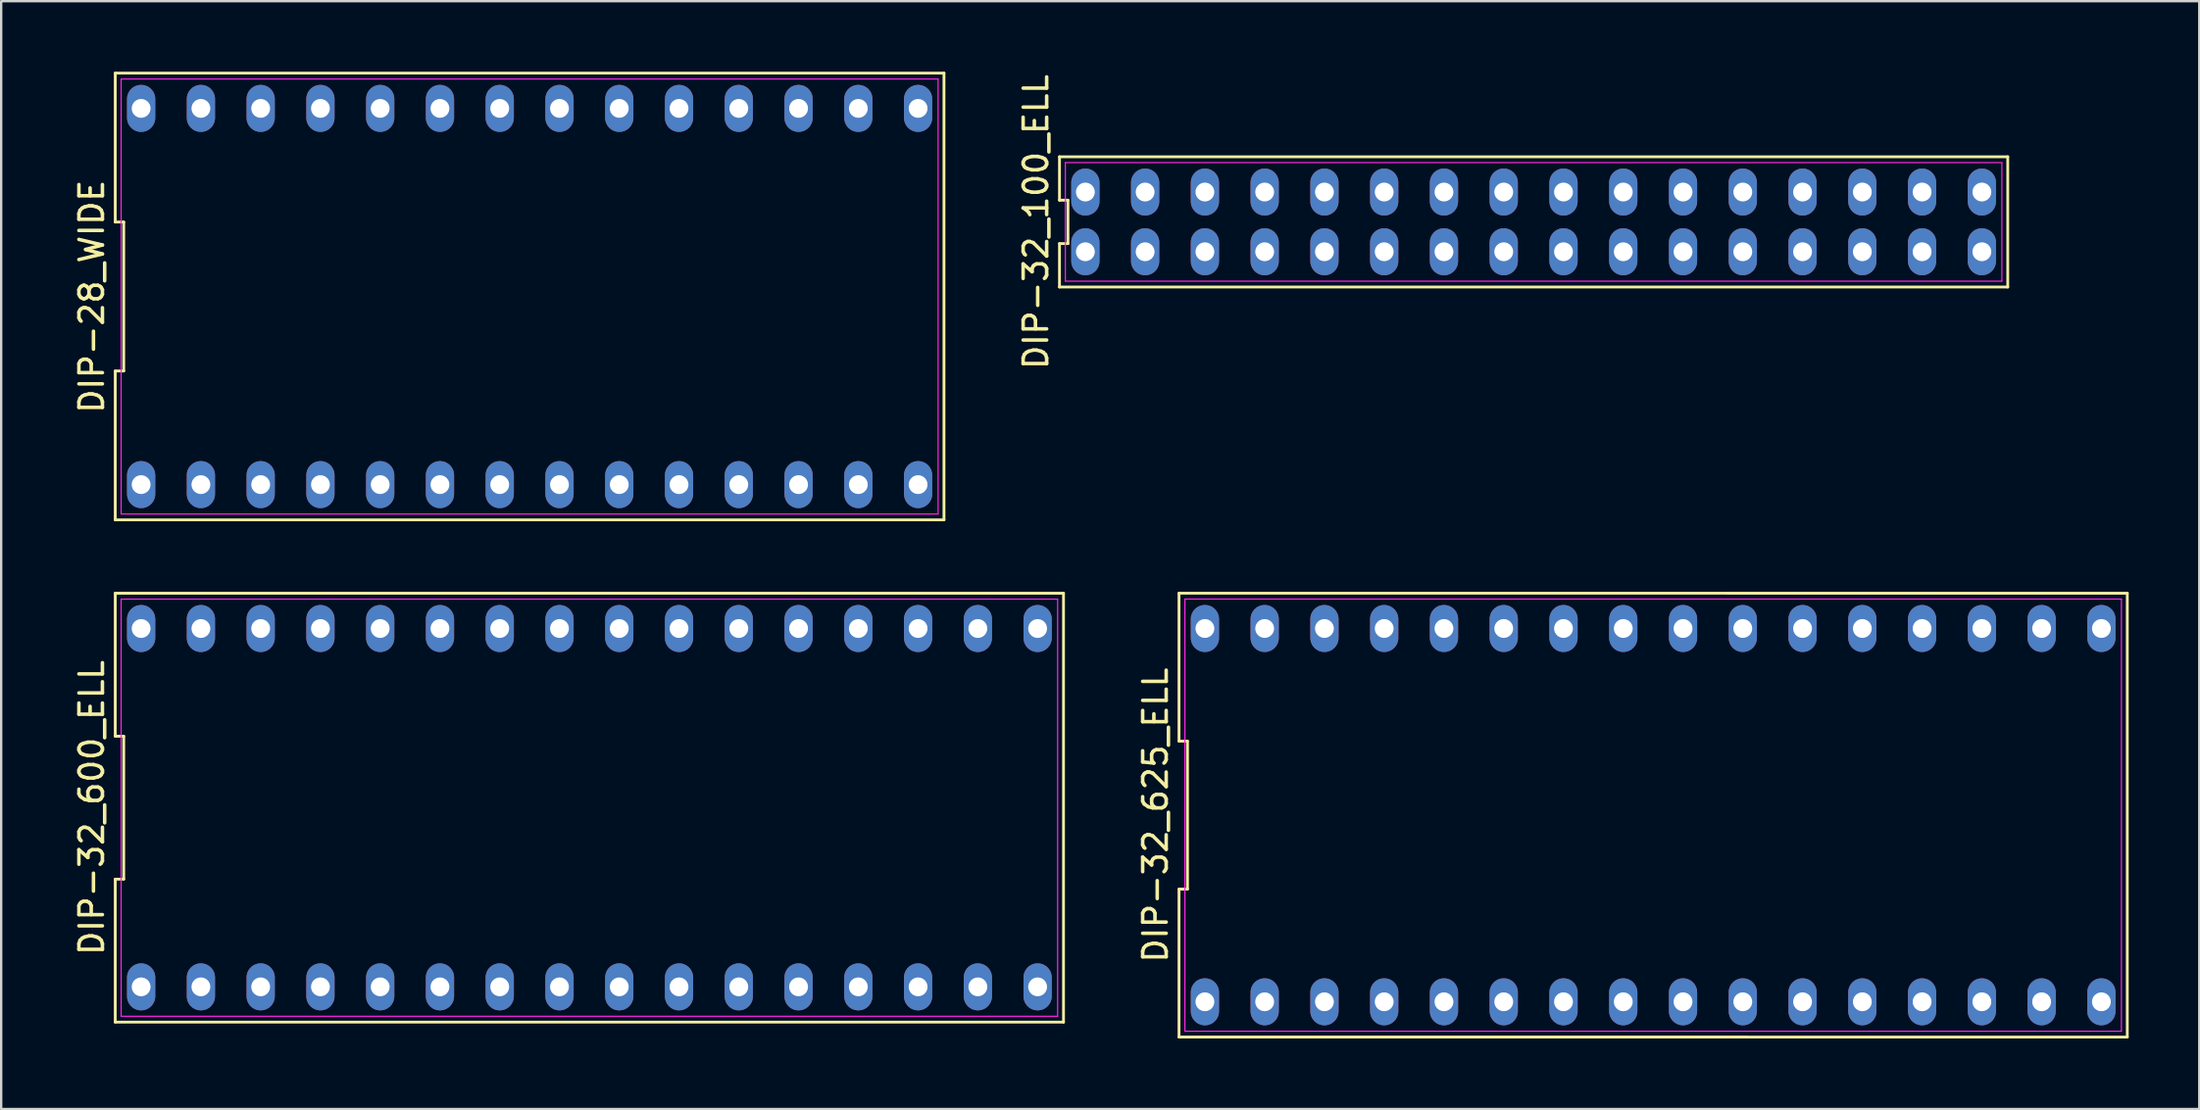
<source format=kicad_pcb>
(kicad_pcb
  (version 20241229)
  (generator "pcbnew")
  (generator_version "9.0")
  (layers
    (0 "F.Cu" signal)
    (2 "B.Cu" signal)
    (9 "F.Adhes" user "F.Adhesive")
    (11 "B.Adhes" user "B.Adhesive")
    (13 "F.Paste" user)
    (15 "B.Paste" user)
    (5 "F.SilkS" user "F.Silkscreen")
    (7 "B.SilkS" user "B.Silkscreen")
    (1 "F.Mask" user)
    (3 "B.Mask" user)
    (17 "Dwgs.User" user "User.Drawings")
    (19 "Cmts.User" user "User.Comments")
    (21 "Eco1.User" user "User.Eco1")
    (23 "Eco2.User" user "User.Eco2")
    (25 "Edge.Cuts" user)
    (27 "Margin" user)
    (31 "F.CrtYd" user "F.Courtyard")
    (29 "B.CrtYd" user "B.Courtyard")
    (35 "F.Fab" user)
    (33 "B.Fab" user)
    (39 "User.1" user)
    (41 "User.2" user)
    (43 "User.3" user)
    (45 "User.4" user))
  (footprint "DIP-28_WIDE"
    (layer "F.Cu")
    (at 19.458 9.56)
    (property "Reference" "DIP-28_WIDE" (at -18.61 0 90) (layer "F.SilkS") (effects (font (size 1 1) (thickness 0.15))))
    (attr through_hole)
    (fp_line (start -17.61 -9.5) (end -17.61 -3.167) (stroke (width 0.12) (type solid)) (layer "F.SilkS"))
    (fp_line (start -17.61 -3.167) (end -17.25 -3.167) (stroke (width 0.12) (type solid)) (layer "F.SilkS"))
    (fp_line (start -17.61 3.167) (end -17.61 9.5) (stroke (width 0.12) (type solid)) (layer "F.SilkS"))
    (fp_line (start -17.61 9.5) (end 17.61 9.5) (stroke (width 0.12) (type solid)) (layer "F.SilkS"))
    (fp_line (start -17.25 -3.167) (end -17.25 3.167) (stroke (width 0.12) (type solid)) (layer "F.SilkS"))
    (fp_line (start -17.25 3.167) (end -17.61 3.167) (stroke (width 0.12) (type solid)) (layer "F.SilkS"))
    (fp_line (start 17.61 -9.5) (end -17.61 -9.5) (stroke (width 0.12) (type solid)) (layer "F.SilkS"))
    (fp_line (start 17.61 9.5) (end 17.61 -9.5) (stroke (width 0.12) (type solid)) (layer "F.SilkS"))
    (fp_line (start -17.36 -9.25) (end 17.36 -9.25) (stroke (width 0.05) (type solid)) (layer "F.CrtYd"))
    (fp_line (start -17.36 9.25) (end -17.36 -9.25) (stroke (width 0.05) (type solid)) (layer "F.CrtYd"))
    (fp_line (start 17.36 -9.25) (end 17.36 9.25) (stroke (width 0.05) (type solid)) (layer "F.CrtYd"))
    (fp_line (start 17.36 9.25) (end -17.36 9.25) (stroke (width 0.05) (type solid)) (layer "F.CrtYd"))
    (pad "1" thru_hole oval (at -16.51 8) (size 1.2 2) (drill 0.8) (layers "*.Cu" "*.Mask"))
    (pad "2" thru_hole oval (at -13.97 8) (size 1.2 2) (drill 0.8) (layers "*.Cu" "*.Mask"))
    (pad "3" thru_hole oval (at -11.43 8) (size 1.2 2) (drill 0.8) (layers "*.Cu" "*.Mask"))
    (pad "4" thru_hole oval (at -8.89 8) (size 1.2 2) (drill 0.8) (layers "*.Cu" "*.Mask"))
    (pad "5" thru_hole oval (at -6.35 8) (size 1.2 2) (drill 0.8) (layers "*.Cu" "*.Mask"))
    (pad "6" thru_hole oval (at -3.81 8) (size 1.2 2) (drill 0.8) (layers "*.Cu" "*.Mask"))
    (pad "7" thru_hole oval (at -1.27 8) (size 1.2 2) (drill 0.8) (layers "*.Cu" "*.Mask"))
    (pad "8" thru_hole oval (at 1.27 8) (size 1.2 2) (drill 0.8) (layers "*.Cu" "*.Mask"))
    (pad "9" thru_hole oval (at 3.81 8) (size 1.2 2) (drill 0.8) (layers "*.Cu" "*.Mask"))
    (pad "10" thru_hole oval (at 6.35 8) (size 1.2 2) (drill 0.8) (layers "*.Cu" "*.Mask"))
    (pad "11" thru_hole oval (at 8.89 8) (size 1.2 2) (drill 0.8) (layers "*.Cu" "*.Mask"))
    (pad "12" thru_hole oval (at 11.43 8) (size 1.2 2) (drill 0.8) (layers "*.Cu" "*.Mask"))
    (pad "13" thru_hole oval (at 13.97 8) (size 1.2 2) (drill 0.8) (layers "*.Cu" "*.Mask"))
    (pad "14" thru_hole oval (at 16.51 8) (size 1.2 2) (drill 0.8) (layers "*.Cu" "*.Mask"))
    (pad "15" thru_hole oval (at 16.51 -8) (size 1.2 2) (drill 0.8) (layers "*.Cu" "*.Mask"))
    (pad "16" thru_hole oval (at 13.97 -8) (size 1.2 2) (drill 0.8) (layers "*.Cu" "*.Mask"))
    (pad "17" thru_hole oval (at 11.43 -8) (size 1.2 2) (drill 0.8) (layers "*.Cu" "*.Mask"))
    (pad "18" thru_hole oval (at 8.89 -8) (size 1.2 2) (drill 0.8) (layers "*.Cu" "*.Mask"))
    (pad "19" thru_hole oval (at 6.35 -8) (size 1.2 2) (drill 0.8) (layers "*.Cu" "*.Mask"))
    (pad "20" thru_hole oval (at 3.81 -8) (size 1.2 2) (drill 0.8) (layers "*.Cu" "*.Mask"))
    (pad "21" thru_hole oval (at 1.27 -8) (size 1.2 2) (drill 0.8) (layers "*.Cu" "*.Mask"))
    (pad "22" thru_hole oval (at -1.27 -8) (size 1.2 2) (drill 0.8) (layers "*.Cu" "*.Mask"))
    (pad "23" thru_hole oval (at -3.81 -8) (size 1.2 2) (drill 0.8) (layers "*.Cu" "*.Mask"))
    (pad "24" thru_hole oval (at -6.35 -8) (size 1.2 2) (drill 0.8) (layers "*.Cu" "*.Mask"))
    (pad "25" thru_hole oval (at -8.89 -8) (size 1.2 2) (drill 0.8) (layers "*.Cu" "*.Mask"))
    (pad "26" thru_hole oval (at -11.43 -8) (size 1.2 2) (drill 0.8) (layers "*.Cu" "*.Mask"))
    (pad "27" thru_hole oval (at -13.97 -8) (size 1.2 2) (drill 0.8) (layers "*.Cu" "*.Mask"))
    (pad "28" thru_hole oval (at -16.51 -8) (size 1.2 2) (drill 0.8) (layers "*.Cu" "*.Mask")))
  (footprint "DIP-32_625_ELL"
    (layer "F.Cu")
    (at 67.207 31.617)
    (property "Reference" "DIP-32_625_ELL" (at -21.15 0 90) (layer "F.SilkS") (effects (font (size 1 1) (thickness 0.15))))
    (attr through_hole)
    (fp_line (start -20.15 -9.438) (end -20.15 -3.146) (stroke (width 0.12) (type solid)) (layer "F.SilkS"))
    (fp_line (start -20.15 -3.146) (end -19.79 -3.146) (stroke (width 0.12) (type solid)) (layer "F.SilkS"))
    (fp_line (start -20.15 3.146) (end -20.15 9.437) (stroke (width 0.12) (type solid)) (layer "F.SilkS"))
    (fp_line (start -20.15 9.437) (end 20.15 9.438) (stroke (width 0.12) (type solid)) (layer "F.SilkS"))
    (fp_line (start -19.79 -3.146) (end -19.79 3.146) (stroke (width 0.12) (type solid)) (layer "F.SilkS"))
    (fp_line (start -19.79 3.146) (end -20.15 3.146) (stroke (width 0.12) (type solid)) (layer "F.SilkS"))
    (fp_line (start 20.15 -9.437) (end -20.15 -9.438) (stroke (width 0.12) (type solid)) (layer "F.SilkS"))
    (fp_line (start 20.15 9.438) (end 20.15 -9.437) (stroke (width 0.12) (type solid)) (layer "F.SilkS"))
    (fp_line (start -19.9 -9.19) (end 19.9 -9.19) (stroke (width 0.05) (type solid)) (layer "F.CrtYd"))
    (fp_line (start -19.9 9.19) (end -19.9 -9.19) (stroke (width 0.05) (type solid)) (layer "F.CrtYd"))
    (fp_line (start 19.9 -9.19) (end 19.9 9.19) (stroke (width 0.05) (type solid)) (layer "F.CrtYd"))
    (fp_line (start 19.9 9.19) (end -19.9 9.19) (stroke (width 0.05) (type solid)) (layer "F.CrtYd"))
    (pad "1" thru_hole oval (at -19.05 7.938) (size 1.2 2) (drill 0.8) (layers "*.Cu" "*.Mask"))
    (pad "2" thru_hole oval (at -16.51 7.938) (size 1.2 2) (drill 0.8) (layers "*.Cu" "*.Mask"))
    (pad "3" thru_hole oval (at -13.97 7.938) (size 1.2 2) (drill 0.8) (layers "*.Cu" "*.Mask"))
    (pad "4" thru_hole oval (at -11.43 7.938) (size 1.2 2) (drill 0.8) (layers "*.Cu" "*.Mask"))
    (pad "5" thru_hole oval (at -8.89 7.938) (size 1.2 2) (drill 0.8) (layers "*.Cu" "*.Mask"))
    (pad "6" thru_hole oval (at -6.35 7.938) (size 1.2 2) (drill 0.8) (layers "*.Cu" "*.Mask"))
    (pad "7" thru_hole oval (at -3.81 7.938) (size 1.2 2) (drill 0.8) (layers "*.Cu" "*.Mask"))
    (pad "8" thru_hole oval (at -1.27 7.938) (size 1.2 2) (drill 0.8) (layers "*.Cu" "*.Mask"))
    (pad "9" thru_hole oval (at 1.27 7.938) (size 1.2 2) (drill 0.8) (layers "*.Cu" "*.Mask"))
    (pad "10" thru_hole oval (at 3.81 7.938) (size 1.2 2) (drill 0.8) (layers "*.Cu" "*.Mask"))
    (pad "11" thru_hole oval (at 6.35 7.938) (size 1.2 2) (drill 0.8) (layers "*.Cu" "*.Mask"))
    (pad "12" thru_hole oval (at 8.89 7.938) (size 1.2 2) (drill 0.8) (layers "*.Cu" "*.Mask"))
    (pad "13" thru_hole oval (at 11.43 7.938) (size 1.2 2) (drill 0.8) (layers "*.Cu" "*.Mask"))
    (pad "14" thru_hole oval (at 13.97 7.938) (size 1.2 2) (drill 0.8) (layers "*.Cu" "*.Mask"))
    (pad "15" thru_hole oval (at 16.51 7.938) (size 1.2 2) (drill 0.8) (layers "*.Cu" "*.Mask"))
    (pad "16" thru_hole oval (at 19.05 7.938) (size 1.2 2) (drill 0.8) (layers "*.Cu" "*.Mask"))
    (pad "17" thru_hole oval (at 19.05 -7.938) (size 1.2 2) (drill 0.8) (layers "*.Cu" "*.Mask"))
    (pad "18" thru_hole oval (at 16.51 -7.938) (size 1.2 2) (drill 0.8) (layers "*.Cu" "*.Mask"))
    (pad "19" thru_hole oval (at 13.97 -7.938) (size 1.2 2) (drill 0.8) (layers "*.Cu" "*.Mask"))
    (pad "20" thru_hole oval (at 11.43 -7.938) (size 1.2 2) (drill 0.8) (layers "*.Cu" "*.Mask"))
    (pad "21" thru_hole oval (at 8.89 -7.938) (size 1.2 2) (drill 0.8) (layers "*.Cu" "*.Mask"))
    (pad "22" thru_hole oval (at 6.35 -7.938) (size 1.2 2) (drill 0.8) (layers "*.Cu" "*.Mask"))
    (pad "23" thru_hole oval (at 3.81 -7.938) (size 1.2 2) (drill 0.8) (layers "*.Cu" "*.Mask"))
    (pad "24" thru_hole oval (at 1.27 -7.938) (size 1.2 2) (drill 0.8) (layers "*.Cu" "*.Mask"))
    (pad "25" thru_hole oval (at -1.27 -7.938) (size 1.2 2) (drill 0.8) (layers "*.Cu" "*.Mask"))
    (pad "26" thru_hole oval (at -3.81 -7.938) (size 1.2 2) (drill 0.8) (layers "*.Cu" "*.Mask"))
    (pad "27" thru_hole oval (at -6.35 -7.938) (size 1.2 2) (drill 0.8) (layers "*.Cu" "*.Mask"))
    (pad "28" thru_hole oval (at -8.89 -7.938) (size 1.2 2) (drill 0.8) (layers "*.Cu" "*.Mask"))
    (pad "29" thru_hole oval (at -11.43 -7.938) (size 1.2 2) (drill 0.8) (layers "*.Cu" "*.Mask"))
    (pad "30" thru_hole oval (at -13.97 -7.938) (size 1.2 2) (drill 0.8) (layers "*.Cu" "*.Mask"))
    (pad "31" thru_hole oval (at -16.51 -7.938) (size 1.2 2) (drill 0.8) (layers "*.Cu" "*.Mask"))
    (pad "32" thru_hole oval (at -19.05 -7.938) (size 1.2 2) (drill 0.8) (layers "*.Cu" "*.Mask")))
  (footprint "DIP-32_600_ELL"
    (layer "F.Cu")
    (at 21.998 31.3)
    (property "Reference" "DIP-32_600_ELL" (at -21.15 0 90) (layer "F.SilkS") (effects (font (size 1 1) (thickness 0.15))))
    (attr through_hole)
    (fp_line (start -20.15 -9.12) (end -20.15 -3.04) (stroke (width 0.12) (type solid)) (layer "F.SilkS"))
    (fp_line (start -20.15 -3.04) (end -19.79 -3.04) (stroke (width 0.12) (type solid)) (layer "F.SilkS"))
    (fp_line (start -20.15 3.04) (end -20.15 9.12) (stroke (width 0.12) (type solid)) (layer "F.SilkS"))
    (fp_line (start -20.15 9.12) (end 20.15 9.12) (stroke (width 0.12) (type solid)) (layer "F.SilkS"))
    (fp_line (start -19.79 -3.04) (end -19.79 3.04) (stroke (width 0.12) (type solid)) (layer "F.SilkS"))
    (fp_line (start -19.79 3.04) (end -20.15 3.04) (stroke (width 0.12) (type solid)) (layer "F.SilkS"))
    (fp_line (start 20.15 -9.12) (end -20.15 -9.12) (stroke (width 0.12) (type solid)) (layer "F.SilkS"))
    (fp_line (start 20.15 9.12) (end 20.15 -9.12) (stroke (width 0.12) (type solid)) (layer "F.SilkS"))
    (fp_line (start -19.9 -8.87) (end 19.9 -8.87) (stroke (width 0.05) (type solid)) (layer "F.CrtYd"))
    (fp_line (start -19.9 8.87) (end -19.9 -8.87) (stroke (width 0.05) (type solid)) (layer "F.CrtYd"))
    (fp_line (start 19.9 -8.87) (end 19.9 8.87) (stroke (width 0.05) (type solid)) (layer "F.CrtYd"))
    (fp_line (start 19.9 8.87) (end -19.9 8.87) (stroke (width 0.05) (type solid)) (layer "F.CrtYd"))
    (pad "1" thru_hole oval (at -19.05 7.62) (size 1.2 2) (drill 0.8) (layers "*.Cu" "*.Mask"))
    (pad "2" thru_hole oval (at -16.51 7.62) (size 1.2 2) (drill 0.8) (layers "*.Cu" "*.Mask"))
    (pad "3" thru_hole oval (at -13.97 7.62) (size 1.2 2) (drill 0.8) (layers "*.Cu" "*.Mask"))
    (pad "4" thru_hole oval (at -11.43 7.62) (size 1.2 2) (drill 0.8) (layers "*.Cu" "*.Mask"))
    (pad "5" thru_hole oval (at -8.89 7.62) (size 1.2 2) (drill 0.8) (layers "*.Cu" "*.Mask"))
    (pad "6" thru_hole oval (at -6.35 7.62) (size 1.2 2) (drill 0.8) (layers "*.Cu" "*.Mask"))
    (pad "7" thru_hole oval (at -3.81 7.62) (size 1.2 2) (drill 0.8) (layers "*.Cu" "*.Mask"))
    (pad "8" thru_hole oval (at -1.27 7.62) (size 1.2 2) (drill 0.8) (layers "*.Cu" "*.Mask"))
    (pad "9" thru_hole oval (at 1.27 7.62) (size 1.2 2) (drill 0.8) (layers "*.Cu" "*.Mask"))
    (pad "10" thru_hole oval (at 3.81 7.62) (size 1.2 2) (drill 0.8) (layers "*.Cu" "*.Mask"))
    (pad "11" thru_hole oval (at 6.35 7.62) (size 1.2 2) (drill 0.8) (layers "*.Cu" "*.Mask"))
    (pad "12" thru_hole oval (at 8.89 7.62) (size 1.2 2) (drill 0.8) (layers "*.Cu" "*.Mask"))
    (pad "13" thru_hole oval (at 11.43 7.62) (size 1.2 2) (drill 0.8) (layers "*.Cu" "*.Mask"))
    (pad "14" thru_hole oval (at 13.97 7.62) (size 1.2 2) (drill 0.8) (layers "*.Cu" "*.Mask"))
    (pad "15" thru_hole oval (at 16.51 7.62) (size 1.2 2) (drill 0.8) (layers "*.Cu" "*.Mask"))
    (pad "16" thru_hole oval (at 19.05 7.62) (size 1.2 2) (drill 0.8) (layers "*.Cu" "*.Mask"))
    (pad "17" thru_hole oval (at 19.05 -7.62) (size 1.2 2) (drill 0.8) (layers "*.Cu" "*.Mask"))
    (pad "18" thru_hole oval (at 16.51 -7.62) (size 1.2 2) (drill 0.8) (layers "*.Cu" "*.Mask"))
    (pad "19" thru_hole oval (at 13.97 -7.62) (size 1.2 2) (drill 0.8) (layers "*.Cu" "*.Mask"))
    (pad "20" thru_hole oval (at 11.43 -7.62) (size 1.2 2) (drill 0.8) (layers "*.Cu" "*.Mask"))
    (pad "21" thru_hole oval (at 8.89 -7.62) (size 1.2 2) (drill 0.8) (layers "*.Cu" "*.Mask"))
    (pad "22" thru_hole oval (at 6.35 -7.62) (size 1.2 2) (drill 0.8) (layers "*.Cu" "*.Mask"))
    (pad "23" thru_hole oval (at 3.81 -7.62) (size 1.2 2) (drill 0.8) (layers "*.Cu" "*.Mask"))
    (pad "24" thru_hole oval (at 1.27 -7.62) (size 1.2 2) (drill 0.8) (layers "*.Cu" "*.Mask"))
    (pad "25" thru_hole oval (at -1.27 -7.62) (size 1.2 2) (drill 0.8) (layers "*.Cu" "*.Mask"))
    (pad "26" thru_hole oval (at -3.81 -7.62) (size 1.2 2) (drill 0.8) (layers "*.Cu" "*.Mask"))
    (pad "27" thru_hole oval (at -6.35 -7.62) (size 1.2 2) (drill 0.8) (layers "*.Cu" "*.Mask"))
    (pad "28" thru_hole oval (at -8.89 -7.62) (size 1.2 2) (drill 0.8) (layers "*.Cu" "*.Mask"))
    (pad "29" thru_hole oval (at -11.43 -7.62) (size 1.2 2) (drill 0.8) (layers "*.Cu" "*.Mask"))
    (pad "30" thru_hole oval (at -13.97 -7.62) (size 1.2 2) (drill 0.8) (layers "*.Cu" "*.Mask"))
    (pad "31" thru_hole oval (at -16.51 -7.62) (size 1.2 2) (drill 0.8) (layers "*.Cu" "*.Mask"))
    (pad "32" thru_hole oval (at -19.05 -7.62) (size 1.2 2) (drill 0.8) (layers "*.Cu" "*.Mask")))
  (footprint "DIP-32_100_ELL"
    (layer "F.Cu")
    (at 62.127 6.387)
    (property "Reference" "DIP-32_100_ELL" (at -21.15 0 90) (layer "F.SilkS") (effects (font (size 1 1) (thickness 0.15))))
    (fp_line (start -20.15 -2.77) (end -20.15 -0.923) (stroke (width 0.12) (type solid)) (layer "F.SilkS"))
    (fp_line (start -20.15 -0.923) (end -19.79 -0.923) (stroke (width 0.12) (type solid)) (layer "F.SilkS"))
    (fp_line (start -20.15 0.923) (end -20.15 2.77) (stroke (width 0.12) (type solid)) (layer "F.SilkS"))
    (fp_line (start -20.15 2.77) (end 20.15 2.77) (stroke (width 0.12) (type solid)) (layer "F.SilkS"))
    (fp_line (start -19.79 -0.923) (end -19.79 0.923) (stroke (width 0.12) (type solid)) (layer "F.SilkS"))
    (fp_line (start -19.79 0.923) (end -20.15 0.923) (stroke (width 0.12) (type solid)) (layer "F.SilkS"))
    (fp_line (start 20.15 -2.77) (end -20.15 -2.77) (stroke (width 0.12) (type solid)) (layer "F.SilkS"))
    (fp_line (start 20.15 2.77) (end 20.15 -2.77) (stroke (width 0.12) (type solid)) (layer "F.SilkS"))
    (fp_line (start -19.9 -2.52) (end 19.9 -2.52) (stroke (width 0.05) (type solid)) (layer "F.CrtYd"))
    (fp_line (start -19.9 2.52) (end -19.9 -2.52) (stroke (width 0.05) (type solid)) (layer "F.CrtYd"))
    (fp_line (start 19.9 -2.52) (end 19.9 2.52) (stroke (width 0.05) (type solid)) (layer "F.CrtYd"))
    (fp_line (start 19.9 2.52) (end -19.9 2.52) (stroke (width 0.05) (type solid)) (layer "F.CrtYd"))
    (pad "1" thru_hole oval (at -19.05 1.27) (size 1.2 2) (drill 0.8) (layers "*.Cu" "*.Mask"))
    (pad "2" thru_hole oval (at -16.51 1.27) (size 1.2 2) (drill 0.8) (layers "*.Cu" "*.Mask"))
    (pad "3" thru_hole oval (at -13.97 1.27) (size 1.2 2) (drill 0.8) (layers "*.Cu" "*.Mask"))
    (pad "4" thru_hole oval (at -11.43 1.27) (size 1.2 2) (drill 0.8) (layers "*.Cu" "*.Mask"))
    (pad "5" thru_hole oval (at -8.89 1.27) (size 1.2 2) (drill 0.8) (layers "*.Cu" "*.Mask"))
    (pad "6" thru_hole oval (at -6.35 1.27) (size 1.2 2) (drill 0.8) (layers "*.Cu" "*.Mask"))
    (pad "7" thru_hole oval (at -3.81 1.27) (size 1.2 2) (drill 0.8) (layers "*.Cu" "*.Mask"))
    (pad "8" thru_hole oval (at -1.27 1.27) (size 1.2 2) (drill 0.8) (layers "*.Cu" "*.Mask"))
    (pad "9" thru_hole oval (at 1.27 1.27) (size 1.2 2) (drill 0.8) (layers "*.Cu" "*.Mask"))
    (pad "10" thru_hole oval (at 3.81 1.27) (size 1.2 2) (drill 0.8) (layers "*.Cu" "*.Mask"))
    (pad "11" thru_hole oval (at 6.35 1.27) (size 1.2 2) (drill 0.8) (layers "*.Cu" "*.Mask"))
    (pad "12" thru_hole oval (at 8.89 1.27) (size 1.2 2) (drill 0.8) (layers "*.Cu" "*.Mask"))
    (pad "13" thru_hole oval (at 11.43 1.27) (size 1.2 2) (drill 0.8) (layers "*.Cu" "*.Mask"))
    (pad "14" thru_hole oval (at 13.97 1.27) (size 1.2 2) (drill 0.8) (layers "*.Cu" "*.Mask"))
    (pad "15" thru_hole oval (at 16.51 1.27) (size 1.2 2) (drill 0.8) (layers "*.Cu" "*.Mask"))
    (pad "16" thru_hole oval (at 19.05 1.27) (size 1.2 2) (drill 0.8) (layers "*.Cu" "*.Mask"))
    (pad "17" thru_hole oval (at 19.05 -1.27) (size 1.2 2) (drill 0.8) (layers "*.Cu" "*.Mask"))
    (pad "18" thru_hole oval (at 16.51 -1.27) (size 1.2 2) (drill 0.8) (layers "*.Cu" "*.Mask"))
    (pad "19" thru_hole oval (at 13.97 -1.27) (size 1.2 2) (drill 0.8) (layers "*.Cu" "*.Mask"))
    (pad "20" thru_hole oval (at 11.43 -1.27) (size 1.2 2) (drill 0.8) (layers "*.Cu" "*.Mask"))
    (pad "21" thru_hole oval (at 8.89 -1.27) (size 1.2 2) (drill 0.8) (layers "*.Cu" "*.Mask"))
    (pad "22" thru_hole oval (at 6.35 -1.27) (size 1.2 2) (drill 0.8) (layers "*.Cu" "*.Mask"))
    (pad "23" thru_hole oval (at 3.81 -1.27) (size 1.2 2) (drill 0.8) (layers "*.Cu" "*.Mask"))
    (pad "24" thru_hole oval (at 1.27 -1.27) (size 1.2 2) (drill 0.8) (layers "*.Cu" "*.Mask"))
    (pad "25" thru_hole oval (at -1.27 -1.27) (size 1.2 2) (drill 0.8) (layers "*.Cu" "*.Mask"))
    (pad "26" thru_hole oval (at -3.81 -1.27) (size 1.2 2) (drill 0.8) (layers "*.Cu" "*.Mask"))
    (pad "27" thru_hole oval (at -6.35 -1.27) (size 1.2 2) (drill 0.8) (layers "*.Cu" "*.Mask"))
    (pad "28" thru_hole oval (at -8.89 -1.27) (size 1.2 2) (drill 0.8) (layers "*.Cu" "*.Mask"))
    (pad "29" thru_hole oval (at -11.43 -1.27) (size 1.2 2) (drill 0.8) (layers "*.Cu" "*.Mask"))
    (pad "30" thru_hole oval (at -13.97 -1.27) (size 1.2 2) (drill 0.8) (layers "*.Cu" "*.Mask"))
    (pad "31" thru_hole oval (at -16.51 -1.27) (size 1.2 2) (drill 0.8) (layers "*.Cu" "*.Mask"))
    (pad "32" thru_hole oval (at -19.05 -1.27) (size 1.2 2) (drill 0.8) (layers "*.Cu" "*.Mask")))
  (gr_rect
    (start -3 -3)
    (end 90.416 44.115)
    (stroke (width 0.1) (type default))
    (fill no)
    (layer "Edge.Cuts")))
</source>
